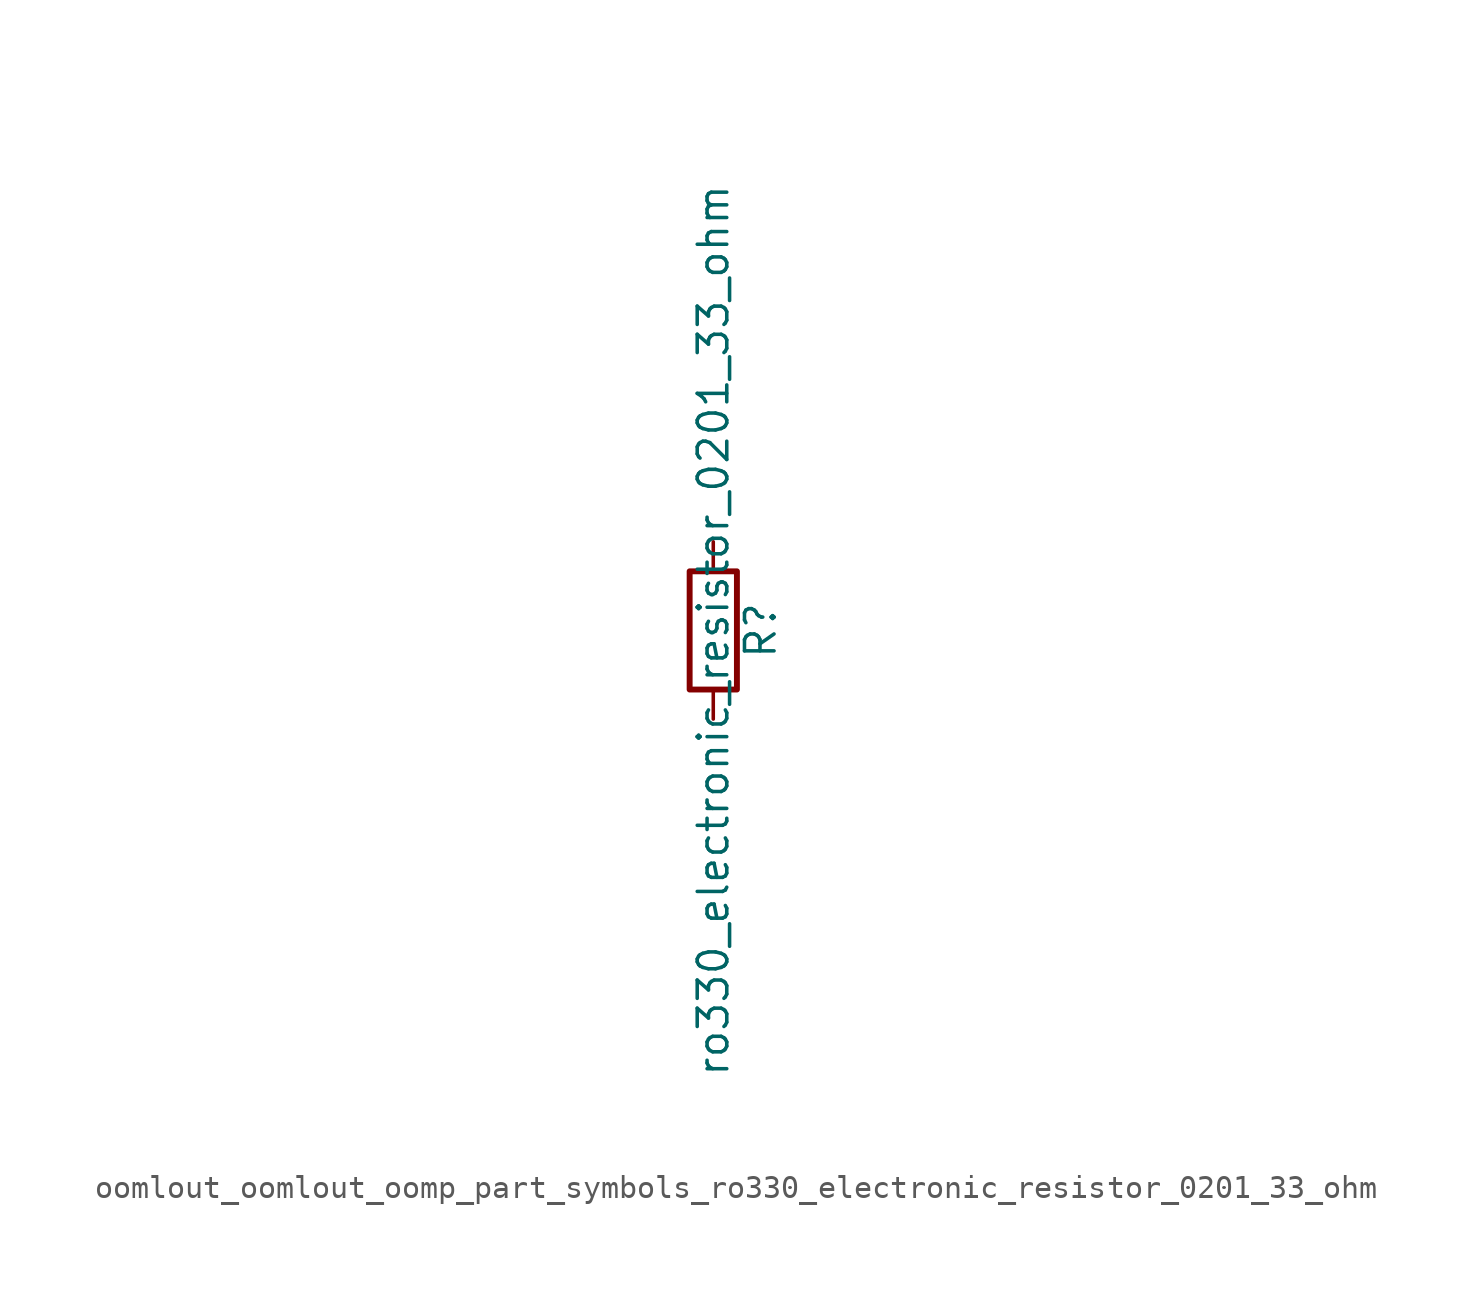
<source format=kicad_sym>
(kicad_symbol_lib
  (version 20220914)
  (generator kicad_symbol_editor)
  (symbol "oomlout_oomlout_oomp_part_symbols_ro330_electronic_resistor_0201_33_ohm"
    (pin_numbers hide)
    (pin_names
      (offset 0))
    (property "Reference" "R"
      (at 2.032 0 90)
      (effects (font (size 1.27 1.27))))
    (property "Value" "ro330_electronic_resistor_0201_33_ohm"
      (at 0 0 90)
      (effects (font (size 1.27 1.27))))
    (symbol "oomlout_oomlout_oomp_part_symbols_ro330_electronic_resistor_0201_33_ohm_0_1"
      (rectangle (start -1.016 -2.54) (end 1.016 2.54) (stroke (width 0.254) (type default)) (fill (type none))))
    (symbol "oomlout_oomlout_oomp_part_symbols_ro330_electronic_resistor_0201_33_ohm_1_1"
      (pin passive line (at 0 3.81 270) (length 1.27) (name "~" (effects (font (size 1.27 1.27)))) (number "1" (effects (font (size 1.27 1.27)))))
      (pin passive line (at 0 -3.81 90) (length 1.27) (name "~" (effects (font (size 1.27 1.27)))) (number "2" (effects (font (size 1.27 1.27))))))))
</source>
